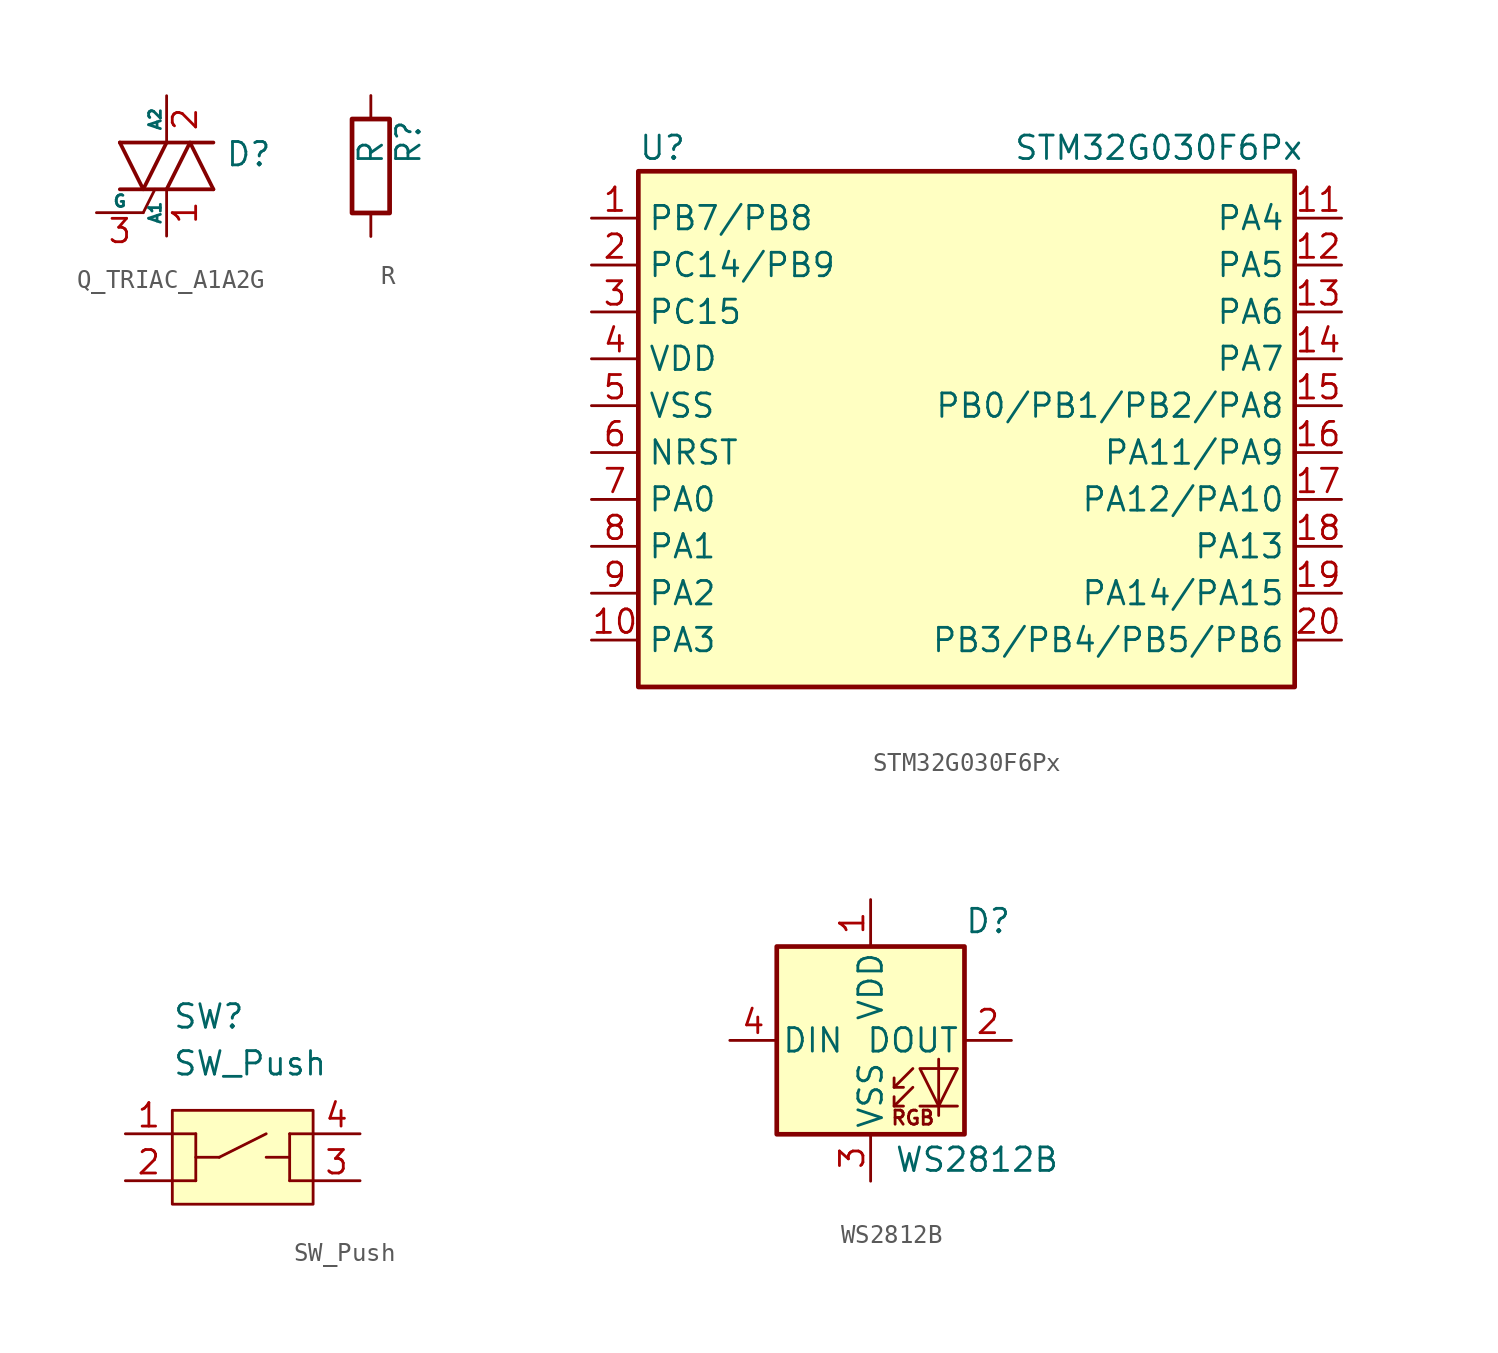
<source format=kicad_sym>
(kicad_symbol_lib
  (version 20220914)
  (generator kicad_symbol_editor)
  (symbol "Q_TRIAC_A1A2G"
    (pin_names
      (offset 0))
    (property "Reference" "D"
      (at 3.175 0.635 0)
      (effects (font (size 1.27 1.27)) (justify left)))
    (property "Current" ""
      (at 0 0 0)
      (effects (font (size 1.27 1.27)) (justify left)))
    (symbol "Q_TRIAC_A1A2G_0_1"
      (polyline (pts (xy -2.54 -1.27) (xy 2.54 -1.27)) (stroke (width 0.203) (type default)) (fill (type none)))
      (polyline (pts (xy -2.54 1.27) (xy 2.54 1.27)) (stroke (width 0.203) (type default)) (fill (type none)))
      (polyline (pts (xy -1.27 -2.54) (xy -0.635 -1.27)) (stroke (width 0) (type default)) (fill (type none)))
      (polyline (pts (xy -2.54 1.27) (xy -1.27 -1.27) (xy 0 1.27)) (stroke (width 0.203) (type default)) (fill (type none)))
      (polyline (pts (xy 0 -1.27) (xy 1.27 1.27) (xy 2.54 -1.27)) (stroke (width 0.203) (type default)) (fill (type none))))
    (symbol "Q_TRIAC_A1A2G_1_1"
      (pin passive line (at 0 -3.81 90) (length 2.54) (name "A1" (effects (font (size 0.635 0.635)))) (number "1" (effects (font (size 1.27 1.27)))))
      (pin passive line (at 0 3.81 270) (length 2.54) (name "A2" (effects (font (size 0.635 0.635)))) (number "2" (effects (font (size 1.27 1.27)))))
      (pin input line (at -3.81 -2.54 0) (length 2.54) (name "G" (effects (font (size 0.635 0.635)))) (number "3" (effects (font (size 1.27 1.27)))))))
  (symbol "R"
    (pin_numbers hide)
    (pin_names
      (offset 0))
    (property "Reference" "R"
      (at 2.032 0 90)
      (effects (font (size 1.27 1.27)) (justify left)))
    (property "Value" "R"
      (at 0 0 90)
      (effects (font (size 1.27 1.27)) (justify left)))
    (property "Manufacturer" ""
      (at 0 0 0)
      (effects (font (size 1.27 1.27)) (justify left)))
    (property "Manufacturer Part Number" ""
      (at 0 0 0)
      (effects (font (size 1.27 1.27)) (justify left)))
    (property "Tolerance" ""
      (at 0 0 0)
      (effects (font (size 1.27 1.27)) (justify left)))
    (property "Power Rating" ""
      (at 0 0 0)
      (effects (font (size 1.27 1.27)) (justify left)))
    (symbol "R_0_1"
      (rectangle (start -1.016 -2.54) (end 1.016 2.54) (stroke (width 0.254) (type default)) (fill (type none))))
    (symbol "R_1_1"
      (pin passive line (at 0 3.81 270) (length 1.27) (name "~" (effects (font (size 1.27 1.27)))) (number "1" (effects (font (size 1.27 1.27)))))
      (pin passive line (at 0 -3.81 90) (length 1.27) (name "~" (effects (font (size 1.27 1.27)))) (number "2" (effects (font (size 1.27 1.27)))))))
  (symbol "STM32G030F6Px"
    (property "Reference" "U"
      (at -17.78 15.24 0)
      (effects (font (size 1.27 1.27)) (justify left)))
    (property "Value" "STM32G030F6Px"
      (at 2.54 15.24 0)
      (effects (font (size 1.27 1.27)) (justify left)))
    (property "Manufacturer" ""
      (at 0 0 0)
      (effects (font (size 1.27 1.27))))
    (property "Manufacturer Part Number" ""
      (at 0 0 0)
      (effects (font (size 1.27 1.27))))
    (symbol "STM32G030F6Px_0_1"
      (rectangle (start -17.78 13.97) (end 17.78 -13.97) (stroke (width 0.254) (type default)) (fill (type background))))
    (symbol "STM32G030F6Px_1_1"
      (pin bidirectional line (at -20.32 11.43 0) (length 2.54) (name "PB7/PB8" (effects (font (size 1.27 1.27)))) (number "1" (effects (font (size 1.27 1.27)))) (alternate "ADC1_IN11" bidirectional line) (alternate "I2C1_SDA" bidirectional line) (alternate "SPI2_MOSI" bidirectional line) (alternate "SYS_PVD_IN" bidirectional line) (alternate "TIM17_CH1N" bidirectional line) (alternate "USART1_RX" bidirectional line))
      (pin bidirectional line (at -20.32 -11.43 0) (length 2.54) (name "PA3" (effects (font (size 1.27 1.27)))) (number "10" (effects (font (size 1.27 1.27)))) (alternate "ADC1_IN3" bidirectional line) (alternate "SPI2_MISO" bidirectional line) (alternate "USART2_RX" bidirectional line))
      (pin bidirectional line (at 20.32 11.43 180) (length 2.54) (name "PA4" (effects (font (size 1.27 1.27)))) (number "11" (effects (font (size 1.27 1.27)))) (alternate "ADC1_IN4" bidirectional line) (alternate "I2S1_WS" bidirectional line) (alternate "RTC_OUT_ALARM" bidirectional line) (alternate "RTC_OUT_CALIB" bidirectional line) (alternate "RTC_TAMP_IN1" bidirectional line) (alternate "RTC_TS" bidirectional line) (alternate "SPI1_NSS" bidirectional line) (alternate "SPI2_MOSI" bidirectional line) (alternate "SYS_WKUP2" bidirectional line) (alternate "TIM14_CH1" bidirectional line))
      (pin bidirectional line (at 20.32 8.89 180) (length 2.54) (name "PA5" (effects (font (size 1.27 1.27)))) (number "12" (effects (font (size 1.27 1.27)))) (alternate "ADC1_IN5" bidirectional line) (alternate "I2S1_CK" bidirectional line) (alternate "SPI1_SCK" bidirectional line))
      (pin bidirectional line (at 20.32 6.35 180) (length 2.54) (name "PA6" (effects (font (size 1.27 1.27)))) (number "13" (effects (font (size 1.27 1.27)))) (alternate "ADC1_IN6" bidirectional line) (alternate "I2S1_MCK" bidirectional line) (alternate "SPI1_MISO" bidirectional line) (alternate "TIM16_CH1" bidirectional line) (alternate "TIM1_BK" bidirectional line) (alternate "TIM3_CH1" bidirectional line))
      (pin bidirectional line (at 20.32 3.81 180) (length 2.54) (name "PA7" (effects (font (size 1.27 1.27)))) (number "14" (effects (font (size 1.27 1.27)))) (alternate "ADC1_IN7" bidirectional line) (alternate "I2S1_SD" bidirectional line) (alternate "SPI1_MOSI" bidirectional line) (alternate "TIM14_CH1" bidirectional line) (alternate "TIM17_CH1" bidirectional line) (alternate "TIM1_CH1N" bidirectional line) (alternate "TIM3_CH2" bidirectional line))
      (pin bidirectional line (at 20.32 1.27 180) (length 2.54) (name "PB0/PB1/PB2/PA8" (effects (font (size 1.27 1.27)))) (number "15" (effects (font (size 1.27 1.27)))) (alternate "ADC1_IN8" bidirectional line) (alternate "I2S1_WS" bidirectional line) (alternate "SPI1_NSS" bidirectional line) (alternate "TIM1_CH2N" bidirectional line) (alternate "TIM3_CH3" bidirectional line))
      (pin bidirectional line (at 20.32 -1.27 180) (length 2.54) (name "PA11/PA9" (effects (font (size 1.27 1.27)))) (number "16" (effects (font (size 1.27 1.27)))) (alternate "ADC1_EXTI11" bidirectional line) (alternate "ADC1_IN15" bidirectional line) (alternate "I2C2_SCL" bidirectional line) (alternate "I2S1_MCK" bidirectional line) (alternate "SPI1_MISO" bidirectional line) (alternate "TIM1_BK2" bidirectional line) (alternate "TIM1_CH4" bidirectional line) (alternate "USART1_CTS" bidirectional line) (alternate "USART1_NSS" bidirectional line))
      (pin bidirectional line (at 20.32 -3.81 180) (length 2.54) (name "PA12/PA10" (effects (font (size 1.27 1.27)))) (number "17" (effects (font (size 1.27 1.27)))) (alternate "ADC1_IN16" bidirectional line) (alternate "I2C2_SDA" bidirectional line) (alternate "I2S1_SD" bidirectional line) (alternate "I2S_CKIN" bidirectional line) (alternate "SPI1_MOSI" bidirectional line) (alternate "TIM1_ETR" bidirectional line) (alternate "USART1_CK" bidirectional line) (alternate "USART1_DE" bidirectional line) (alternate "USART1_RTS" bidirectional line))
      (pin bidirectional line (at 20.32 -6.35 180) (length 2.54) (name "PA13" (effects (font (size 1.27 1.27)))) (number "18" (effects (font (size 1.27 1.27)))) (alternate "ADC1_IN17" bidirectional line) (alternate "IR_OUT" bidirectional line) (alternate "SYS_SWDIO" bidirectional line))
      (pin bidirectional line (at 20.32 -8.89 180) (length 2.54) (name "PA14/PA15" (effects (font (size 1.27 1.27)))) (number "19" (effects (font (size 1.27 1.27)))) (alternate "ADC1_IN18" bidirectional line) (alternate "SYS_SWCLK" bidirectional line) (alternate "USART2_TX" bidirectional line))
      (pin bidirectional line (at -20.32 8.89 0) (length 2.54) (name "PC14/PB9" (effects (font (size 1.27 1.27)))) (number "2" (effects (font (size 1.27 1.27)))) (alternate "RCC_OSC32_IN" bidirectional line) (alternate "RCC_OSC_IN" bidirectional line) (alternate "TIM1_BK2" bidirectional line))
      (pin bidirectional line (at 20.32 -11.43 180) (length 2.54) (name "PB3/PB4/PB5/PB6" (effects (font (size 1.27 1.27)))) (number "20" (effects (font (size 1.27 1.27)))) (alternate "I2S1_CK" bidirectional line) (alternate "SPI1_SCK" bidirectional line) (alternate "TIM1_CH2" bidirectional line) (alternate "USART1_CK" bidirectional line) (alternate "USART1_DE" bidirectional line) (alternate "USART1_RTS" bidirectional line))
      (pin bidirectional line (at -20.32 6.35 0) (length 2.54) (name "PC15" (effects (font (size 1.27 1.27)))) (number "3" (effects (font (size 1.27 1.27)))) (alternate "RCC_OSC32_EN" bidirectional line) (alternate "RCC_OSC32_OUT" bidirectional line) (alternate "RCC_OSC_EN" bidirectional line))
      (pin power_in line (at -20.32 3.81 0) (length 2.54) (name "VDD" (effects (font (size 1.27 1.27)))) (number "4" (effects (font (size 1.27 1.27)))))
      (pin power_in line (at -20.32 1.27 0) (length 2.54) (name "VSS" (effects (font (size 1.27 1.27)))) (number "5" (effects (font (size 1.27 1.27)))))
      (pin input line (at -20.32 -1.27 0) (length 2.54) (name "NRST" (effects (font (size 1.27 1.27)))) (number "6" (effects (font (size 1.27 1.27)))))
      (pin bidirectional line (at -20.32 -3.81 0) (length 2.54) (name "PA0" (effects (font (size 1.27 1.27)))) (number "7" (effects (font (size 1.27 1.27)))) (alternate "ADC1_IN0" bidirectional line) (alternate "RTC_TAMP_IN2" bidirectional line) (alternate "SPI2_SCK" bidirectional line) (alternate "SYS_WKUP1" bidirectional line) (alternate "USART2_CTS" bidirectional line) (alternate "USART2_NSS" bidirectional line))
      (pin bidirectional line (at -20.32 -6.35 0) (length 2.54) (name "PA1" (effects (font (size 1.27 1.27)))) (number "8" (effects (font (size 1.27 1.27)))) (alternate "ADC1_IN1" bidirectional line) (alternate "I2C1_SMBA" bidirectional line) (alternate "I2S1_CK" bidirectional line) (alternate "SPI1_SCK" bidirectional line) (alternate "USART2_CK" bidirectional line) (alternate "USART2_DE" bidirectional line) (alternate "USART2_RTS" bidirectional line))
      (pin bidirectional line (at -20.32 -8.89 0) (length 2.54) (name "PA2" (effects (font (size 1.27 1.27)))) (number "9" (effects (font (size 1.27 1.27)))) (alternate "ADC1_IN2" bidirectional line) (alternate "I2S1_SD" bidirectional line) (alternate "RCC_LSCO" bidirectional line) (alternate "SPI1_MOSI" bidirectional line) (alternate "SYS_WKUP4" bidirectional line) (alternate "USART2_TX" bidirectional line))))
  (symbol "SW_Push"
    (pin_names
      (offset 1.016) hide)
    (property "Reference" "SW"
      (at -3.81 7.62 0)
      (effects (font (size 1.27 1.27)) (justify left)))
    (property "Value" "SW_Push"
      (at -3.81 5.08 0)
      (effects (font (size 1.27 1.27)) (justify left)))
    (property "Manufacturer" ""
      (at 17.272 13.97 0)
      (effects (font (size 1.27 1.27)) (justify left)))
    (property "Manufacturer Part Number" ""
      (at 17.272 13.97 0)
      (effects (font (size 1.27 1.27)) (justify left)))
    (symbol "SW_Push_0_1"
      (rectangle (start -3.81 -1.27) (end -2.54 -1.27) (stroke (width 0) (type default)) (fill (type none)))
      (rectangle (start -3.81 1.27) (end -2.54 1.27) (stroke (width 0) (type default)) (fill (type none)))
      (rectangle (start -2.54 1.27) (end -2.54 -1.27) (stroke (width 0) (type default)) (fill (type none)))
      (polyline (pts (xy -2.54 0) (xy -1.27 0)) (stroke (width 0) (type default)) (fill (type none)))
      (polyline (pts (xy 1.27 0) (xy 2.54 0)) (stroke (width 0) (type default)) (fill (type none)))
      (polyline (pts (xy 1.27 1.27) (xy -1.27 0)) (stroke (width 0) (type default)) (fill (type none)))
      (rectangle (start 2.54 -1.27) (end 3.81 -1.27) (stroke (width 0) (type default)) (fill (type none)))
      (rectangle (start 2.54 1.27) (end 2.54 -1.27) (stroke (width 0) (type default)) (fill (type none)))
      (rectangle (start 2.54 1.27) (end 3.81 1.27) (stroke (width 0) (type default)) (fill (type none))))
    (symbol "SW_Push_1_1"
      (rectangle (start -3.81 2.54) (end 3.81 -2.54) (stroke (width 0) (type default)) (fill (type background)))
      (pin passive line (at -6.35 1.27 0) (length 2.54) (name "1" (effects (font (size 1.27 1.27)))) (number "1" (effects (font (size 1.27 1.27)))))
      (pin passive line (at -6.35 -1.27 0) (length 2.54) (name "2" (effects (font (size 1.27 1.27)))) (number "2" (effects (font (size 1.27 1.27)))))
      (pin passive line (at 6.35 -1.27 180) (length 2.54) (name "3" (effects (font (size 1.27 1.27)))) (number "3" (effects (font (size 1.27 1.27)))))
      (pin passive line (at 6.35 1.27 180) (length 2.54) (name "4" (effects (font (size 1.27 1.27)))) (number "4" (effects (font (size 1.27 1.27)))))))
  (symbol "WS2812B"
    (pin_names
      (offset 0.254))
    (property "Reference" "D"
      (at 5.08 5.715 0)
      (effects (font (size 1.27 1.27)) (justify left bottom)))
    (property "Value" "WS2812B"
      (at 1.27 -5.715 0)
      (effects (font (size 1.27 1.27)) (justify left top)))
    (symbol "WS2812B_0_0"
      (text "RGB" (at 2.286 -4.191 0) (effects (font (size 0.762 0.762)))))
    (symbol "WS2812B_0_1"
      (polyline (pts (xy 1.27 -3.556) (xy 1.778 -3.556)) (stroke (width 0) (type default)) (fill (type none)))
      (polyline (pts (xy 1.27 -2.54) (xy 1.778 -2.54)) (stroke (width 0) (type default)) (fill (type none)))
      (polyline (pts (xy 4.699 -3.556) (xy 2.667 -3.556)) (stroke (width 0) (type default)) (fill (type none)))
      (polyline (pts (xy 2.286 -2.54) (xy 1.27 -3.556) (xy 1.27 -3.048)) (stroke (width 0) (type default)) (fill (type none)))
      (polyline (pts (xy 2.286 -1.524) (xy 1.27 -2.54) (xy 1.27 -2.032)) (stroke (width 0) (type default)) (fill (type none)))
      (polyline (pts (xy 3.683 -1.016) (xy 3.683 -3.556) (xy 3.683 -4.064)) (stroke (width 0) (type default)) (fill (type none)))
      (polyline (pts (xy 4.699 -1.524) (xy 2.667 -1.524) (xy 3.683 -3.556) (xy 4.699 -1.524)) (stroke (width 0) (type default)) (fill (type none)))
      (rectangle (start 5.08 5.08) (end -5.08 -5.08) (stroke (width 0.254) (type default)) (fill (type background))))
    (symbol "WS2812B_1_1"
      (pin power_in line (at 0 7.62 270) (length 2.54) (name "VDD" (effects (font (size 1.27 1.27)))) (number "1" (effects (font (size 1.27 1.27)))))
      (pin output line (at 7.62 0 180) (length 2.54) (name "DOUT" (effects (font (size 1.27 1.27)))) (number "2" (effects (font (size 1.27 1.27)))))
      (pin power_in line (at 0 -7.62 90) (length 2.54) (name "VSS" (effects (font (size 1.27 1.27)))) (number "3" (effects (font (size 1.27 1.27)))))
      (pin input line (at -7.62 0 0) (length 2.54) (name "DIN" (effects (font (size 1.27 1.27)))) (number "4" (effects (font (size 1.27 1.27))))))))
</source>
